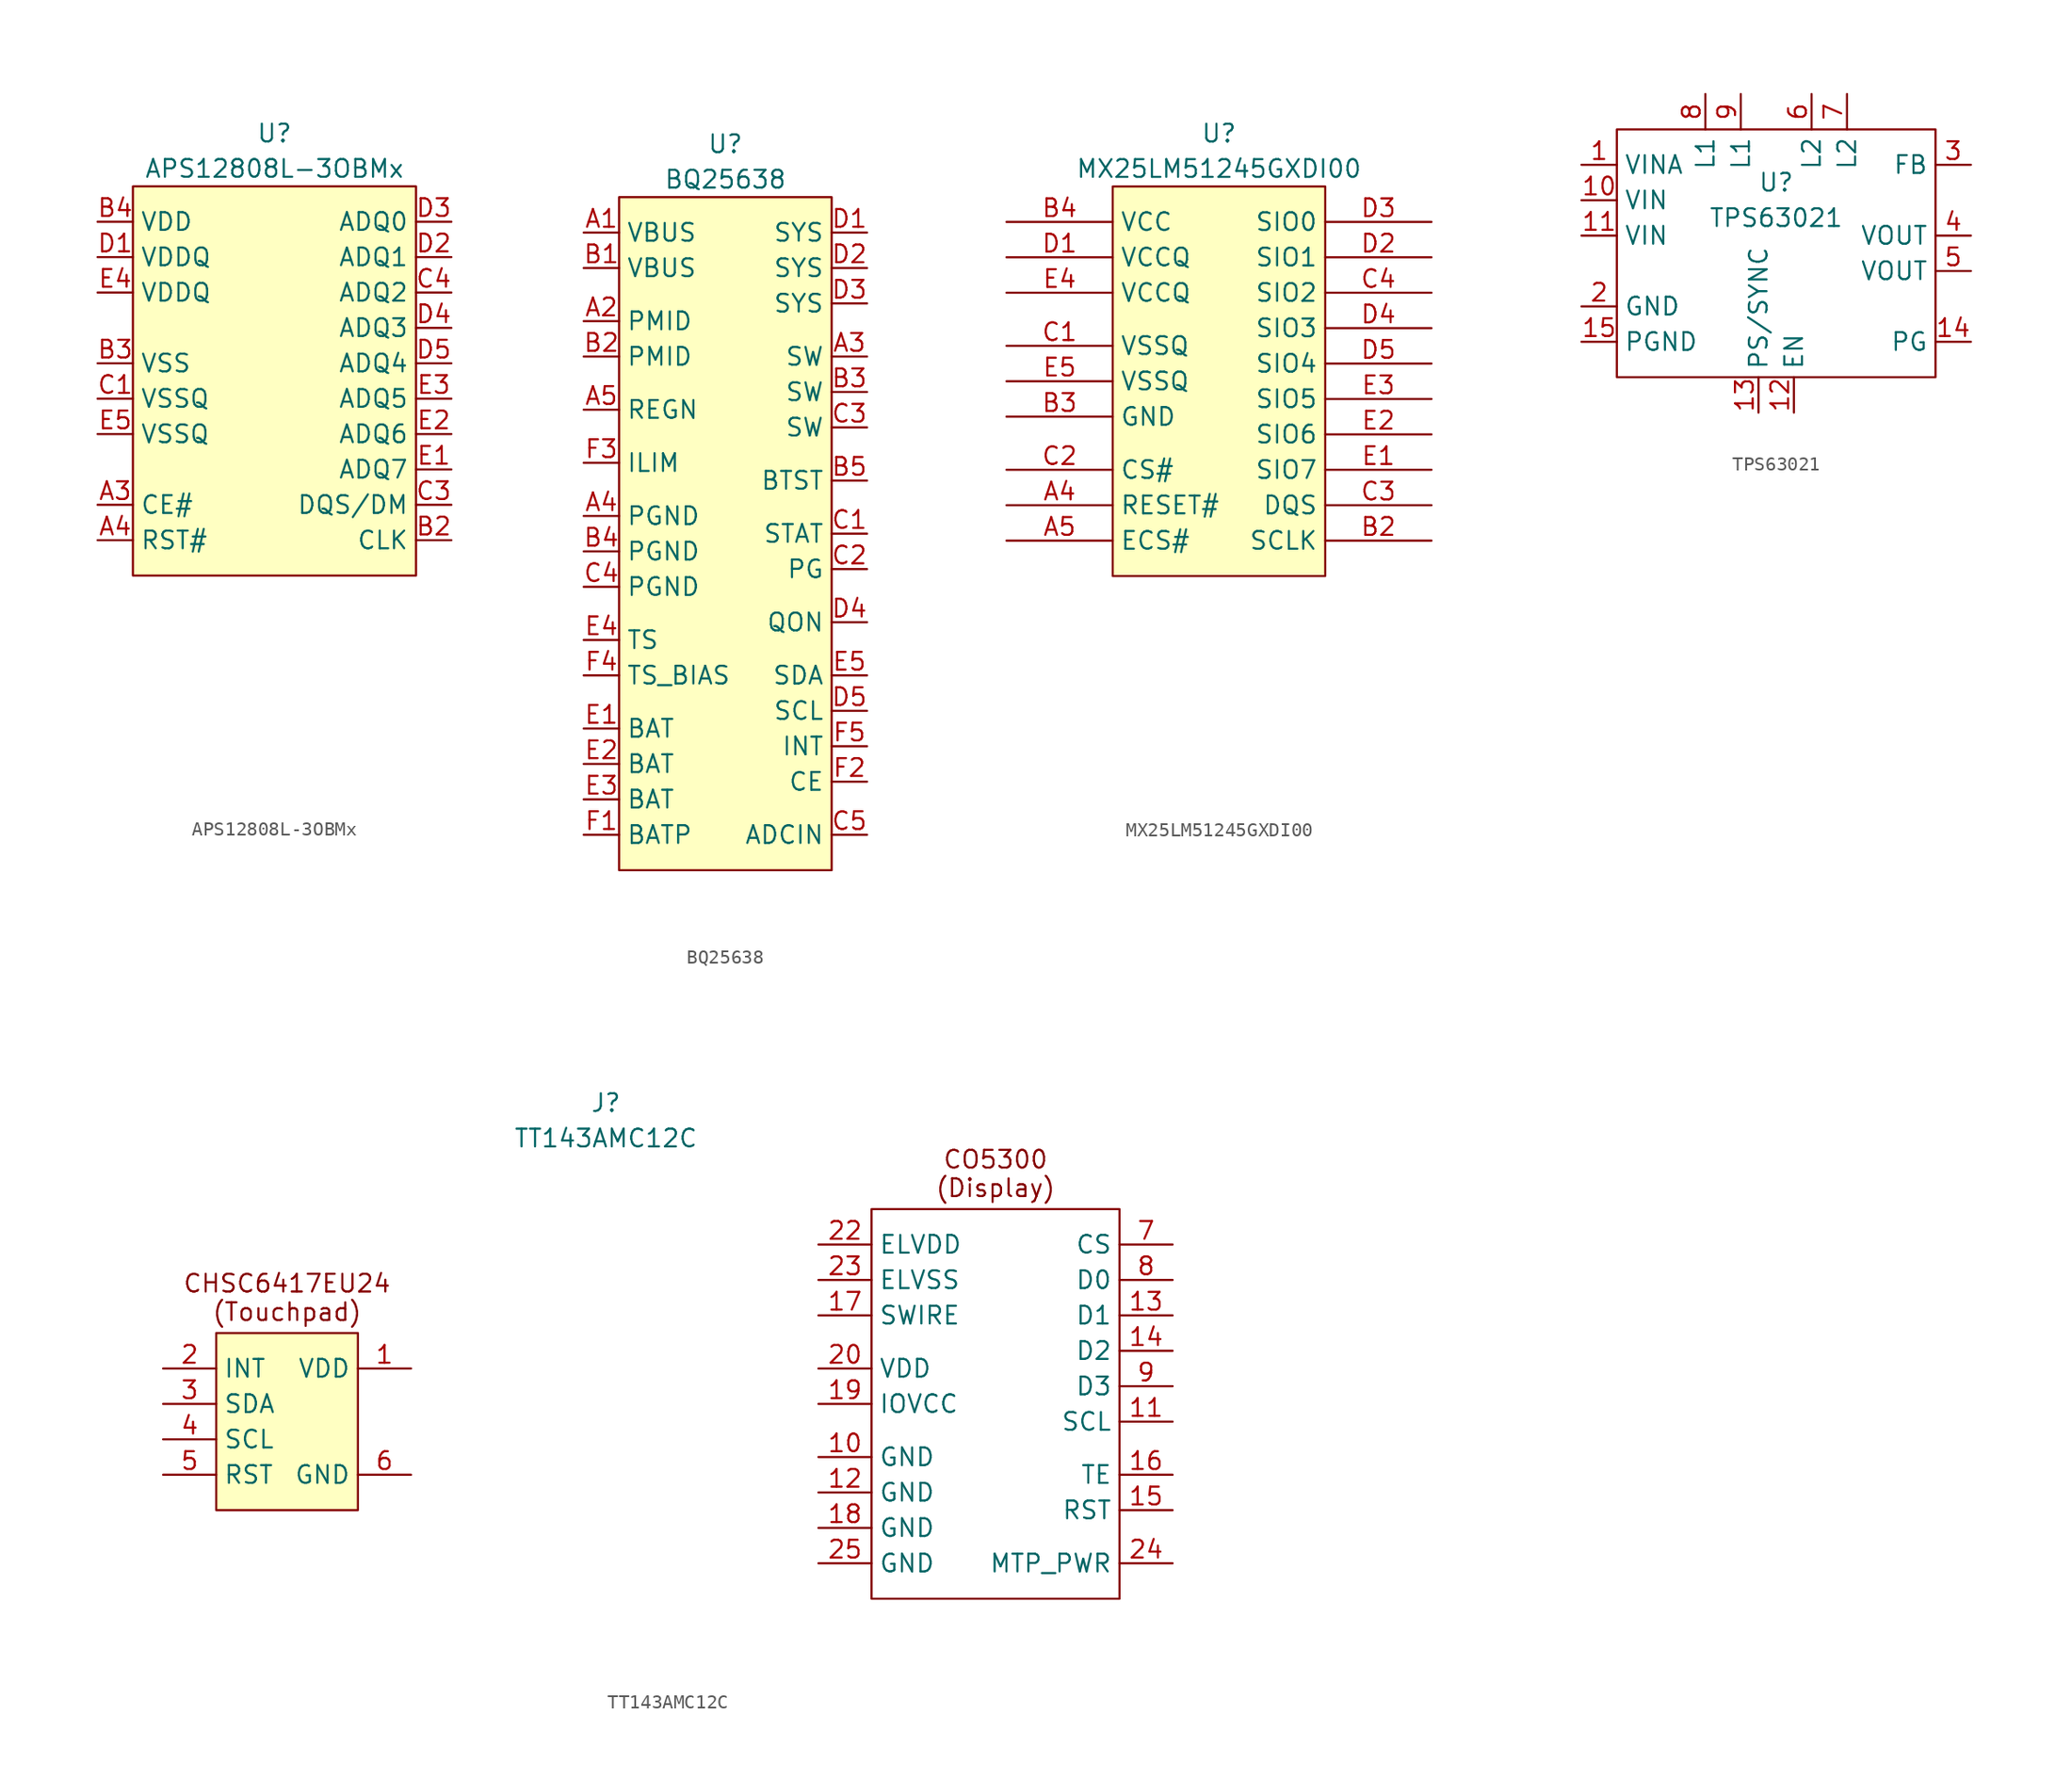
<source format=kicad_sym>
(kicad_symbol_lib
  (version 20220914)
  (generator kicad_symbol_editor)
  (symbol "APS12808L-3OBMx"
    (property "Reference" "U"
      (at 0 17.78 0)
      (effects (font (size 1.27 1.27))))
    (property "Value" "APS12808L-3OBMx"
      (at 0 15.24 0)
      (effects (font (size 1.27 1.27))))
    (symbol "APS12808L-3OBMx_1_0"
      (pin no_connect line (at 1.27 -16.51 0) (length 2.54) hide (name "" (effects (font (size 1.27 1.27)))) (number "A2" (effects (font (size 1.27 1.27)))))
      (pin no_connect line (at 1.27 -19.05 0) (length 2.54) hide (name "" (effects (font (size 1.27 1.27)))) (number "A5" (effects (font (size 1.27 1.27)))))
      (pin no_connect line (at 1.27 -21.59 0) (length 2.54) hide (name "" (effects (font (size 1.27 1.27)))) (number "B1" (effects (font (size 1.27 1.27)))))
      (pin no_connect line (at 1.27 -24.13 0) (length 2.54) hide (name "" (effects (font (size 1.27 1.27)))) (number "B5" (effects (font (size 1.27 1.27)))))
      (pin no_connect line (at 1.27 -26.67 0) (length 2.54) hide (name "" (effects (font (size 1.27 1.27)))) (number "C5" (effects (font (size 1.27 1.27))))))
    (symbol "APS12808L-3OBMx_1_1"
      (rectangle (start -10.16 13.97) (end 10.16 -13.97) (stroke (width 0) (type default)) (fill (type background)))
      (pin input line (at -12.7 -8.89 0) (length 2.54) (name "CE#" (effects (font (size 1.27 1.27)))) (number "A3" (effects (font (size 1.27 1.27)))))
      (pin input line (at -12.7 -11.43 0) (length 2.54) (name "RST#" (effects (font (size 1.27 1.27)))) (number "A4" (effects (font (size 1.27 1.27)))))
      (pin input line (at 12.7 -11.43 180) (length 2.54) (name "CLK" (effects (font (size 1.27 1.27)))) (number "B2" (effects (font (size 1.27 1.27)))))
      (pin power_in line (at -12.7 1.27 0) (length 2.54) (name "VSS" (effects (font (size 1.27 1.27)))) (number "B3" (effects (font (size 1.27 1.27)))))
      (pin power_in line (at -12.7 11.43 0) (length 2.54) (name "VDD" (effects (font (size 1.27 1.27)))) (number "B4" (effects (font (size 1.27 1.27)))))
      (pin power_in line (at -12.7 -1.27 0) (length 2.54) (name "VSSQ" (effects (font (size 1.27 1.27)))) (number "C1" (effects (font (size 1.27 1.27)))))
      (pin bidirectional line (at 12.7 -8.89 180) (length 2.54) (name "DQS/DM" (effects (font (size 1.27 1.27)))) (number "C3" (effects (font (size 1.27 1.27)))))
      (pin bidirectional line (at 12.7 6.35 180) (length 2.54) (name "ADQ2" (effects (font (size 1.27 1.27)))) (number "C4" (effects (font (size 1.27 1.27)))))
      (pin power_in line (at -12.7 8.89 0) (length 2.54) (name "VDDQ" (effects (font (size 1.27 1.27)))) (number "D1" (effects (font (size 1.27 1.27)))))
      (pin bidirectional line (at 12.7 8.89 180) (length 2.54) (name "ADQ1" (effects (font (size 1.27 1.27)))) (number "D2" (effects (font (size 1.27 1.27)))))
      (pin bidirectional line (at 12.7 11.43 180) (length 2.54) (name "ADQ0" (effects (font (size 1.27 1.27)))) (number "D3" (effects (font (size 1.27 1.27)))))
      (pin bidirectional line (at 12.7 3.81 180) (length 2.54) (name "ADQ3" (effects (font (size 1.27 1.27)))) (number "D4" (effects (font (size 1.27 1.27)))))
      (pin bidirectional line (at 12.7 1.27 180) (length 2.54) (name "ADQ4" (effects (font (size 1.27 1.27)))) (number "D5" (effects (font (size 1.27 1.27)))))
      (pin bidirectional line (at 12.7 -6.35 180) (length 2.54) (name "ADQ7" (effects (font (size 1.27 1.27)))) (number "E1" (effects (font (size 1.27 1.27)))))
      (pin bidirectional line (at 12.7 -3.81 180) (length 2.54) (name "ADQ6" (effects (font (size 1.27 1.27)))) (number "E2" (effects (font (size 1.27 1.27)))))
      (pin bidirectional line (at 12.7 -1.27 180) (length 2.54) (name "ADQ5" (effects (font (size 1.27 1.27)))) (number "E3" (effects (font (size 1.27 1.27)))))
      (pin power_in line (at -12.7 6.35 0) (length 2.54) (name "VDDQ" (effects (font (size 1.27 1.27)))) (number "E4" (effects (font (size 1.27 1.27)))))
      (pin power_in line (at -12.7 -3.81 0) (length 2.54) (name "VSSQ" (effects (font (size 1.27 1.27)))) (number "E5" (effects (font (size 1.27 1.27)))))))
  (symbol "BQ25638"
    (property "Reference" "U"
      (at 0 27.94 0)
      (effects (font (size 1.27 1.27))))
    (property "Value" "BQ25638"
      (at 0 25.4 0)
      (effects (font (size 1.27 1.27))))
    (symbol "BQ25638_1_1"
      (rectangle (start -7.62 24.13) (end 7.62 -24.13) (stroke (width 0) (type default)) (fill (type background)))
      (pin power_in line (at -10.16 21.59 0) (length 2.54) (name "VBUS" (effects (font (size 1.27 1.27)))) (number "A1" (effects (font (size 1.27 1.27)))))
      (pin output line (at -10.16 15.24 0) (length 2.54) (name "PMID" (effects (font (size 1.27 1.27)))) (number "A2" (effects (font (size 1.27 1.27)))))
      (pin power_out line (at 10.16 12.7 180) (length 2.54) (name "SW" (effects (font (size 1.27 1.27)))) (number "A3" (effects (font (size 1.27 1.27)))))
      (pin power_in line (at -10.16 1.27 0) (length 2.54) (name "PGND" (effects (font (size 1.27 1.27)))) (number "A4" (effects (font (size 1.27 1.27)))))
      (pin power_out line (at -10.16 8.89 0) (length 2.54) (name "REGN" (effects (font (size 1.27 1.27)))) (number "A5" (effects (font (size 1.27 1.27)))))
      (pin power_in line (at -10.16 19.05 0) (length 2.54) (name "VBUS" (effects (font (size 1.27 1.27)))) (number "B1" (effects (font (size 1.27 1.27)))))
      (pin output line (at -10.16 12.7 0) (length 2.54) (name "PMID" (effects (font (size 1.27 1.27)))) (number "B2" (effects (font (size 1.27 1.27)))))
      (pin power_out line (at 10.16 10.16 180) (length 2.54) (name "SW" (effects (font (size 1.27 1.27)))) (number "B3" (effects (font (size 1.27 1.27)))))
      (pin power_in line (at -10.16 -1.27 0) (length 2.54) (name "PGND" (effects (font (size 1.27 1.27)))) (number "B4" (effects (font (size 1.27 1.27)))))
      (pin power_out line (at 10.16 3.81 180) (length 2.54) (name "BTST" (effects (font (size 1.27 1.27)))) (number "B5" (effects (font (size 1.27 1.27)))))
      (pin output line (at 10.16 0 180) (length 2.54) (name "STAT" (effects (font (size 1.27 1.27)))) (number "C1" (effects (font (size 1.27 1.27)))))
      (pin output line (at 10.16 -2.54 180) (length 2.54) (name "PG" (effects (font (size 1.27 1.27)))) (number "C2" (effects (font (size 1.27 1.27)))))
      (pin power_out line (at 10.16 7.62 180) (length 2.54) (name "SW" (effects (font (size 1.27 1.27)))) (number "C3" (effects (font (size 1.27 1.27)))))
      (pin power_in line (at -10.16 -3.81 0) (length 2.54) (name "PGND" (effects (font (size 1.27 1.27)))) (number "C4" (effects (font (size 1.27 1.27)))))
      (pin input line (at 10.16 -21.59 180) (length 2.54) (name "ADCIN" (effects (font (size 1.27 1.27)))) (number "C5" (effects (font (size 1.27 1.27)))))
      (pin power_out line (at 10.16 21.59 180) (length 2.54) (name "SYS" (effects (font (size 1.27 1.27)))) (number "D1" (effects (font (size 1.27 1.27)))))
      (pin power_out line (at 10.16 19.05 180) (length 2.54) (name "SYS" (effects (font (size 1.27 1.27)))) (number "D2" (effects (font (size 1.27 1.27)))))
      (pin power_out line (at 10.16 16.51 180) (length 2.54) (name "SYS" (effects (font (size 1.27 1.27)))) (number "D3" (effects (font (size 1.27 1.27)))))
      (pin input line (at 10.16 -6.35 180) (length 2.54) (name "QON" (effects (font (size 1.27 1.27)))) (number "D4" (effects (font (size 1.27 1.27)))))
      (pin input line (at 10.16 -12.7 180) (length 2.54) (name "SCL" (effects (font (size 1.27 1.27)))) (number "D5" (effects (font (size 1.27 1.27)))))
      (pin power_in line (at -10.16 -13.97 0) (length 2.54) (name "BAT" (effects (font (size 1.27 1.27)))) (number "E1" (effects (font (size 1.27 1.27)))))
      (pin power_in line (at -10.16 -16.51 0) (length 2.54) (name "BAT" (effects (font (size 1.27 1.27)))) (number "E2" (effects (font (size 1.27 1.27)))))
      (pin power_in line (at -10.16 -19.05 0) (length 2.54) (name "BAT" (effects (font (size 1.27 1.27)))) (number "E3" (effects (font (size 1.27 1.27)))))
      (pin input line (at -10.16 -7.62 0) (length 2.54) (name "TS" (effects (font (size 1.27 1.27)))) (number "E4" (effects (font (size 1.27 1.27)))))
      (pin bidirectional line (at 10.16 -10.16 180) (length 2.54) (name "SDA" (effects (font (size 1.27 1.27)))) (number "E5" (effects (font (size 1.27 1.27)))))
      (pin input line (at -10.16 -21.59 0) (length 2.54) (name "BATP" (effects (font (size 1.27 1.27)))) (number "F1" (effects (font (size 1.27 1.27)))))
      (pin input line (at 10.16 -17.78 180) (length 2.54) (name "CE" (effects (font (size 1.27 1.27)))) (number "F2" (effects (font (size 1.27 1.27)))))
      (pin input line (at -10.16 5.08 0) (length 2.54) (name "ILIM" (effects (font (size 1.27 1.27)))) (number "F3" (effects (font (size 1.27 1.27)))))
      (pin output line (at -10.16 -10.16 0) (length 2.54) (name "TS_BIAS" (effects (font (size 1.27 1.27)))) (number "F4" (effects (font (size 1.27 1.27)))))
      (pin output line (at 10.16 -15.24 180) (length 2.54) (name "INT" (effects (font (size 1.27 1.27)))) (number "F5" (effects (font (size 1.27 1.27)))))))
  (symbol "MX25LM51245GXDI00"
    (property "Reference" "U"
      (at 0 17.78 0)
      (effects (font (size 1.27 1.27))))
    (property "Value" "MX25LM51245GXDI00"
      (at 0 15.24 0)
      (effects (font (size 1.27 1.27))))
    (symbol "MX25LM51245GXDI00_0_1"
      (pin input line (at -15.24 -8.89 0) (length 7.62) (name "RESET#" (effects (font (size 1.27 1.27)))) (number "A4" (effects (font (size 1.27 1.27)))))
      (pin unspecified line (at -15.24 -11.43 0) (length 7.62) (name "ECS#" (effects (font (size 1.27 1.27)))) (number "A5" (effects (font (size 1.27 1.27)))))
      (pin input line (at 15.24 -11.43 180) (length 7.62) (name "SCLK" (effects (font (size 1.27 1.27)))) (number "B2" (effects (font (size 1.27 1.27)))))
      (pin power_in line (at -15.24 11.43 0) (length 7.62) (name "VCC" (effects (font (size 1.27 1.27)))) (number "B4" (effects (font (size 1.27 1.27)))))
      (pin input line (at -15.24 -6.35 0) (length 7.62) (name "CS#" (effects (font (size 1.27 1.27)))) (number "C2" (effects (font (size 1.27 1.27)))))
      (pin bidirectional line (at 15.24 6.35 180) (length 7.62) (name "SIO2" (effects (font (size 1.27 1.27)))) (number "C4" (effects (font (size 1.27 1.27)))))
      (pin power_in line (at -15.24 8.89 0) (length 7.62) (name "VCCQ" (effects (font (size 1.27 1.27)))) (number "D1" (effects (font (size 1.27 1.27)))))
      (pin bidirectional line (at 15.24 8.89 180) (length 7.62) (name "SIO1" (effects (font (size 1.27 1.27)))) (number "D2" (effects (font (size 1.27 1.27)))))
      (pin bidirectional line (at 15.24 11.43 180) (length 7.62) (name "SIO0" (effects (font (size 1.27 1.27)))) (number "D3" (effects (font (size 1.27 1.27)))))
      (pin bidirectional line (at 15.24 3.81 180) (length 7.62) (name "SIO3" (effects (font (size 1.27 1.27)))) (number "D4" (effects (font (size 1.27 1.27)))))
      (pin bidirectional line (at 15.24 1.27 180) (length 7.62) (name "SIO4" (effects (font (size 1.27 1.27)))) (number "D5" (effects (font (size 1.27 1.27)))))
      (pin bidirectional line (at 15.24 -6.35 180) (length 7.62) (name "SIO7" (effects (font (size 1.27 1.27)))) (number "E1" (effects (font (size 1.27 1.27)))))
      (pin bidirectional line (at 15.24 -3.81 180) (length 7.62) (name "SIO6" (effects (font (size 1.27 1.27)))) (number "E2" (effects (font (size 1.27 1.27)))))
      (pin bidirectional line (at 15.24 -1.27 180) (length 7.62) (name "SIO5" (effects (font (size 1.27 1.27)))) (number "E3" (effects (font (size 1.27 1.27)))))
      (pin power_in line (at -15.24 6.35 0) (length 7.62) (name "VCCQ" (effects (font (size 1.27 1.27)))) (number "E4" (effects (font (size 1.27 1.27))))))
    (symbol "MX25LM51245GXDI00_1_1"
      (rectangle (start -7.62 13.97) (end 7.62 -13.97) (stroke (width 0) (type default)) (fill (type background)))
      (pin no_connect line (at -3.81 -16.51 0) (length 7.62) hide (name "NC" (effects (font (size 1.27 1.27)))) (number "A2" (effects (font (size 1.27 1.27)))))
      (pin no_connect line (at -3.81 -19.05 0) (length 7.62) hide (name "NC" (effects (font (size 1.27 1.27)))) (number "A3" (effects (font (size 1.27 1.27)))))
      (pin no_connect line (at -3.81 -21.59 0) (length 7.62) hide (name "DNU" (effects (font (size 1.27 1.27)))) (number "B1" (effects (font (size 1.27 1.27)))))
      (pin power_in line (at -15.24 -2.54 0) (length 7.62) (name "GND" (effects (font (size 1.27 1.27)))) (number "B3" (effects (font (size 1.27 1.27)))))
      (pin no_connect line (at -3.81 -24.13 0) (length 7.62) hide (name "DNU" (effects (font (size 1.27 1.27)))) (number "B5" (effects (font (size 1.27 1.27)))))
      (pin power_in line (at -15.24 2.54 0) (length 7.62) (name "VSSQ" (effects (font (size 1.27 1.27)))) (number "C1" (effects (font (size 1.27 1.27)))))
      (pin bidirectional line (at 15.24 -8.89 180) (length 7.62) (name "DQS" (effects (font (size 1.27 1.27)))) (number "C3" (effects (font (size 1.27 1.27)))))
      (pin no_connect line (at -3.81 -26.67 0) (length 7.62) hide (name "NC" (effects (font (size 1.27 1.27)))) (number "C5" (effects (font (size 1.27 1.27)))))
      (pin power_in line (at -15.24 0 0) (length 7.62) (name "VSSQ" (effects (font (size 1.27 1.27)))) (number "E5" (effects (font (size 1.27 1.27)))))))
  (symbol "TPS63021"
    (property "Reference" "U"
      (at 0 5.08 0)
      (effects (font (size 1.27 1.27))))
    (property "Value" "TPS63021"
      (at 0 2.54 0)
      (effects (font (size 1.27 1.27))))
    (symbol "TPS63021_0_1"
      (rectangle (start -11.43 8.89) (end 11.43 -8.89) (stroke (width 0) (type default)) (fill (type none))))
    (symbol "TPS63021_1_1"
      (pin power_in line (at -13.97 6.35 0) (length 2.54) (name "VINA" (effects (font (size 1.27 1.27)))) (number "1" (effects (font (size 1.27 1.27)))))
      (pin power_in line (at -13.97 3.81 0) (length 2.54) (name "VIN" (effects (font (size 1.27 1.27)))) (number "10" (effects (font (size 1.27 1.27)))))
      (pin power_in line (at -13.97 1.27 0) (length 2.54) (name "VIN" (effects (font (size 1.27 1.27)))) (number "11" (effects (font (size 1.27 1.27)))))
      (pin input line (at 1.27 -11.43 90) (length 2.54) (name "EN" (effects (font (size 1.27 1.27)))) (number "12" (effects (font (size 1.27 1.27)))))
      (pin input line (at -1.27 -11.43 90) (length 2.54) (name "PS/SYNC" (effects (font (size 1.27 1.27)))) (number "13" (effects (font (size 1.27 1.27)))))
      (pin output line (at 13.97 -6.35 180) (length 2.54) (name "PG" (effects (font (size 1.27 1.27)))) (number "14" (effects (font (size 1.27 1.27)))))
      (pin power_in line (at -13.97 -6.35 0) (length 2.54) (name "PGND" (effects (font (size 1.27 1.27)))) (number "15" (effects (font (size 1.27 1.27)))))
      (pin power_in line (at -13.97 -3.81 0) (length 2.54) (name "GND" (effects (font (size 1.27 1.27)))) (number "2" (effects (font (size 1.27 1.27)))))
      (pin power_in line (at 13.97 6.35 180) (length 2.54) (name "FB" (effects (font (size 1.27 1.27)))) (number "3" (effects (font (size 1.27 1.27)))))
      (pin power_out line (at 13.97 1.27 180) (length 2.54) (name "VOUT" (effects (font (size 1.27 1.27)))) (number "4" (effects (font (size 1.27 1.27)))))
      (pin power_out line (at 13.97 -1.27 180) (length 2.54) (name "VOUT" (effects (font (size 1.27 1.27)))) (number "5" (effects (font (size 1.27 1.27)))))
      (pin passive line (at 2.54 11.43 270) (length 2.54) (name "L2" (effects (font (size 1.27 1.27)))) (number "6" (effects (font (size 1.27 1.27)))))
      (pin passive line (at 5.08 11.43 270) (length 2.54) (name "L2" (effects (font (size 1.27 1.27)))) (number "7" (effects (font (size 1.27 1.27)))))
      (pin passive line (at -5.08 11.43 270) (length 2.54) (name "L1" (effects (font (size 1.27 1.27)))) (number "8" (effects (font (size 1.27 1.27)))))
      (pin passive line (at -2.54 11.43 270) (length 2.54) (name "L1" (effects (font (size 1.27 1.27)))) (number "9" (effects (font (size 1.27 1.27)))))))
  (symbol "TT143AMC12C"
    (property "Reference" "J"
      (at 0 22.86 0)
      (effects (font (size 1.27 1.27))))
    (property "Value" "TT143AMC12C"
      (at 0 20.32 0)
      (effects (font (size 1.27 1.27))))
    (symbol "TT143AMC12C_0_1"
      (rectangle (start 19.05 15.24) (end 36.83 -12.7) (stroke (width 0) (type default)) (fill (type none))))
    (symbol "TT143AMC12C_1_1"
      (rectangle (start -27.94 -6.35) (end -17.78 6.35) (stroke (width 0) (type default)) (fill (type background)))
      (text "CHSC6417EU24\n(Touchpad)" (at -22.86 8.89 0) (effects (font (size 1.27 1.27))))
      (text "CO5300\n(Display)" (at 27.94 17.78 0) (effects (font (size 1.27 1.27))))
      (pin power_in line (at -13.97 3.81 180) (length 3.81) (name "VDD" (effects (font (size 1.27 1.27)))) (number "1" (effects (font (size 1.27 1.27)))))
      (pin power_in line (at 15.24 -2.54 0) (length 3.81) (name "GND" (effects (font (size 1.27 1.27)))) (number "10" (effects (font (size 1.27 1.27)))))
      (pin input line (at 40.64 0 180) (length 3.81) (name "SCL" (effects (font (size 1.27 1.27)))) (number "11" (effects (font (size 1.27 1.27)))))
      (pin power_in line (at 15.24 -5.08 0) (length 3.81) (name "GND" (effects (font (size 1.27 1.27)))) (number "12" (effects (font (size 1.27 1.27)))))
      (pin bidirectional line (at 40.64 7.62 180) (length 3.81) (name "D1" (effects (font (size 1.27 1.27)))) (number "13" (effects (font (size 1.27 1.27)))))
      (pin bidirectional line (at 40.64 5.08 180) (length 3.81) (name "D2" (effects (font (size 1.27 1.27)))) (number "14" (effects (font (size 1.27 1.27)))))
      (pin input line (at 40.64 -6.35 180) (length 3.81) (name "RST" (effects (font (size 1.27 1.27)))) (number "15" (effects (font (size 1.27 1.27)))))
      (pin output line (at 40.64 -3.81 180) (length 3.81) (name "TE" (effects (font (size 1.27 1.27)))) (number "16" (effects (font (size 1.27 1.27)))))
      (pin output line (at 15.24 7.62 0) (length 3.81) (name "SWIRE" (effects (font (size 1.27 1.27)))) (number "17" (effects (font (size 1.27 1.27)))))
      (pin power_in line (at 15.24 -7.62 0) (length 3.81) (name "GND" (effects (font (size 1.27 1.27)))) (number "18" (effects (font (size 1.27 1.27)))))
      (pin power_in line (at 15.24 1.27 0) (length 3.81) (name "IOVCC" (effects (font (size 1.27 1.27)))) (number "19" (effects (font (size 1.27 1.27)))))
      (pin output line (at -31.75 3.81 0) (length 3.81) (name "INT" (effects (font (size 1.27 1.27)))) (number "2" (effects (font (size 1.27 1.27)))))
      (pin power_in line (at 15.24 3.81 0) (length 3.81) (name "VDD" (effects (font (size 1.27 1.27)))) (number "20" (effects (font (size 1.27 1.27)))))
      (pin no_connect line (at 26.67 -15.24 180) (length 3.81) hide (name "NC" (effects (font (size 1.27 1.27)))) (number "21" (effects (font (size 1.27 1.27)))))
      (pin power_in line (at 15.24 12.7 0) (length 3.81) (name "ELVDD" (effects (font (size 1.27 1.27)))) (number "22" (effects (font (size 1.27 1.27)))))
      (pin power_in line (at 15.24 10.16 0) (length 3.81) (name "ELVSS" (effects (font (size 1.27 1.27)))) (number "23" (effects (font (size 1.27 1.27)))))
      (pin passive line (at 40.64 -10.16 180) (length 3.81) (name "MTP_PWR" (effects (font (size 1.27 1.27)))) (number "24" (effects (font (size 1.27 1.27)))))
      (pin power_in line (at 15.24 -10.16 0) (length 3.81) (name "GND" (effects (font (size 1.27 1.27)))) (number "25" (effects (font (size 1.27 1.27)))))
      (pin bidirectional line (at -31.75 1.27 0) (length 3.81) (name "SDA" (effects (font (size 1.27 1.27)))) (number "3" (effects (font (size 1.27 1.27)))))
      (pin input line (at -31.75 -1.27 0) (length 3.81) (name "SCL" (effects (font (size 1.27 1.27)))) (number "4" (effects (font (size 1.27 1.27)))))
      (pin input line (at -31.75 -3.81 0) (length 3.81) (name "RST" (effects (font (size 1.27 1.27)))) (number "5" (effects (font (size 1.27 1.27)))))
      (pin power_in line (at -13.97 -3.81 180) (length 3.81) (name "GND" (effects (font (size 1.27 1.27)))) (number "6" (effects (font (size 1.27 1.27)))))
      (pin input line (at 40.64 12.7 180) (length 3.81) (name "CS" (effects (font (size 1.27 1.27)))) (number "7" (effects (font (size 1.27 1.27)))))
      (pin bidirectional line (at 40.64 10.16 180) (length 3.81) (name "D0" (effects (font (size 1.27 1.27)))) (number "8" (effects (font (size 1.27 1.27)))))
      (pin bidirectional line (at 40.64 2.54 180) (length 3.81) (name "D3" (effects (font (size 1.27 1.27)))) (number "9" (effects (font (size 1.27 1.27))))))))
</source>
